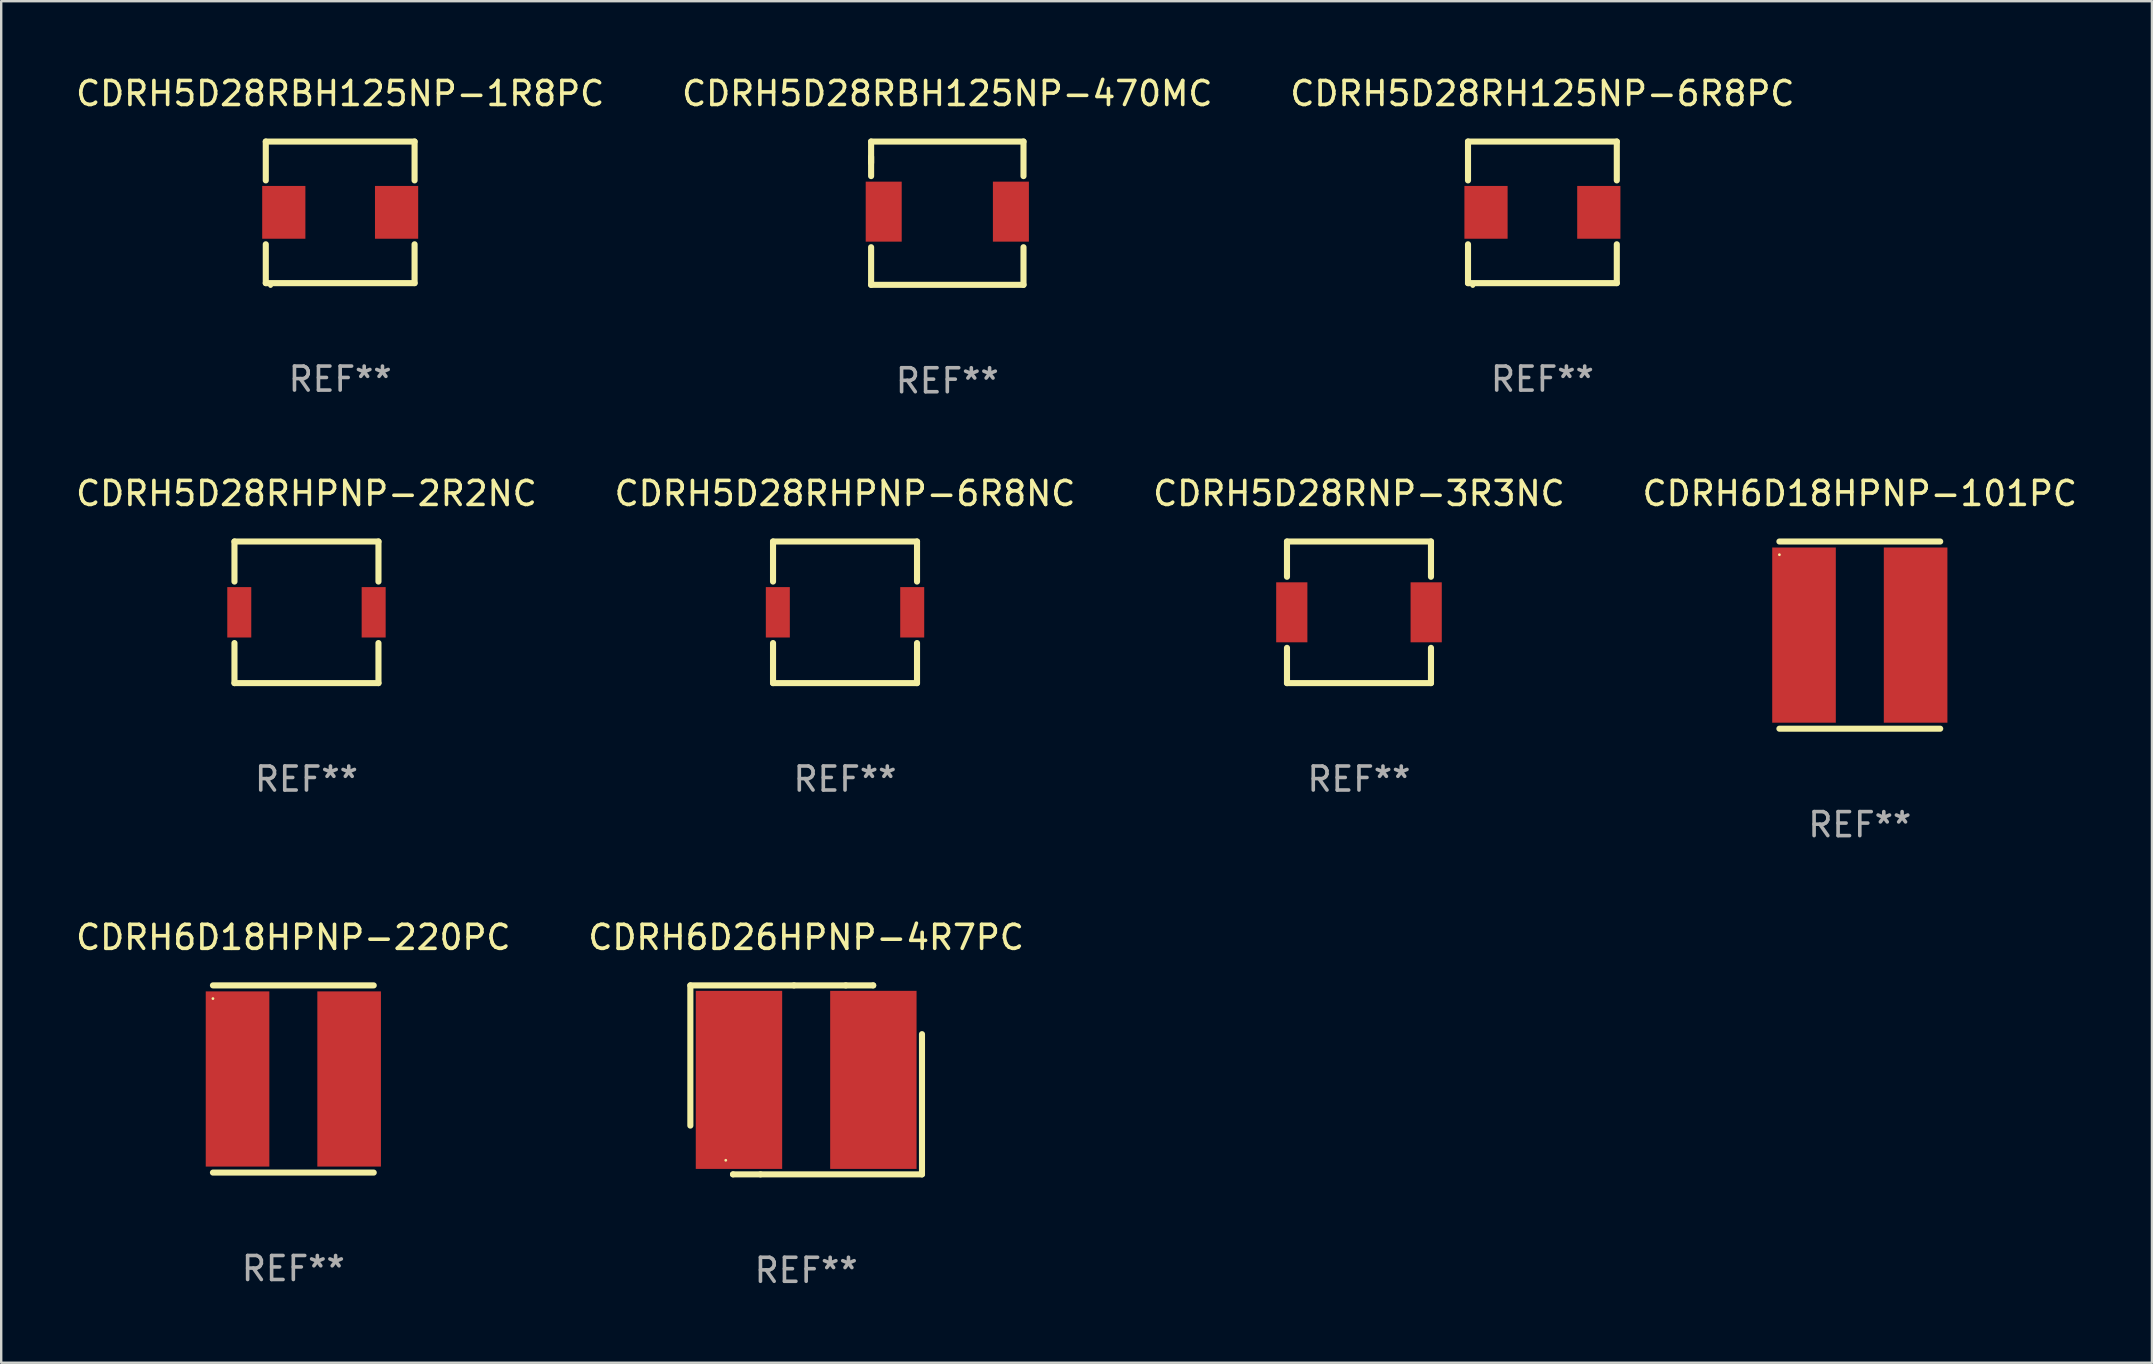
<source format=kicad_pcb>
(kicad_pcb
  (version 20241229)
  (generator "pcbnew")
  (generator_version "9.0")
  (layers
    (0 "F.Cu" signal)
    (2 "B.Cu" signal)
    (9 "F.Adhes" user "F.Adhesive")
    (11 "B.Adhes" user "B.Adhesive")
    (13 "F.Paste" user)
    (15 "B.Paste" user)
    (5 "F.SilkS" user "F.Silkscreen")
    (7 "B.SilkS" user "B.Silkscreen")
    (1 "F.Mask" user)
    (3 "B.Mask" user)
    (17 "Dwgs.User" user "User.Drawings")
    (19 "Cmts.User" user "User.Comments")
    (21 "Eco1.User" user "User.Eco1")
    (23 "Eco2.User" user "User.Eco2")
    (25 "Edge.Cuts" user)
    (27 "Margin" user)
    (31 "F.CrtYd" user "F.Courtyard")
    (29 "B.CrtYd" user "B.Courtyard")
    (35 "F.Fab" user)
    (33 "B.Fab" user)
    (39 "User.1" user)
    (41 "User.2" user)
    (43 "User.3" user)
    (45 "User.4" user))
  (footprint "CDRH5D28RHPNP-2R2NC"
    (layer "F.Cu")
    (at 9.72 22.464)
    (property "Reference" "CDRH5D28RHPNP-2R2NC" (at 0 -4.95 0) (layer "F.SilkS") (effects (font (size 1 1) (thickness 0.15))))
    (attr through_hole)
    (fp_line (start -3 -2.95) (end 3 -2.95) (stroke (width 0.254) (type solid)) (layer "F.SilkS"))
    (fp_line (start -3 -1.281) (end -3 -2.95) (stroke (width 0.254) (type solid)) (layer "F.SilkS"))
    (fp_line (start -3 2.95) (end -3 1.281) (stroke (width 0.254) (type solid)) (layer "F.SilkS"))
    (fp_line (start 3 -2.95) (end 3 -1.281) (stroke (width 0.254) (type solid)) (layer "F.SilkS"))
    (fp_line (start 3 1.281) (end 3 2.95) (stroke (width 0.254) (type solid)) (layer "F.SilkS"))
    (fp_line (start 3 2.95) (end -3 2.95) (stroke (width 0.254) (type solid)) (layer "F.SilkS"))
    (fp_circle (center -2.95 3) (end -2.92 3) (stroke (width 0.06) (type solid)) (fill no) (layer "F.SilkS"))
    (fp_text user "REF**" (at 0 6.95 0) (layer "F.Fab") (effects (font (size 1 1) (thickness 0.15))))
    (pad "1" smd rect (at -2.8 0.000013 180) (size 1 2.1) (layers "F.Cu" "F.Mask" "F.Paste"))
    (pad "2" smd rect (at 2.8 0.000013 180) (size 1 2.1) (layers "F.Cu" "F.Mask" "F.Paste")))
  (footprint "CDRH6D18HPNP-101PC"
    (layer "F.Cu")
    (at 74.446 23.414)
    (property "Reference" "CDRH6D18HPNP-101PC" (at 0 -5.9 0) (layer "F.SilkS") (effects (font (size 1 1) (thickness 0.15))))
    (attr through_hole)
    (fp_line (start -3.35 -3.9) (end 3.35 -3.9) (stroke (width 0.254) (type solid)) (layer "F.SilkS"))
    (fp_line (start -3.35 3.9) (end 3.35 3.9) (stroke (width 0.254) (type solid)) (layer "F.SilkS"))
    (fp_circle (center -3.35 -3.35) (end -3.32 -3.35) (stroke (width 0.06) (type solid)) (fill no) (layer "F.SilkS"))
    (fp_text user "REF**" (at 0 7.9 0) (layer "F.Fab") (effects (font (size 1 1) (thickness 0.15))))
    (pad "1" smd rect (at -2.325 0) (size 2.65 7.3) (layers "F.Cu" "F.Mask" "F.Paste"))
    (pad "2" smd rect (at 2.325 0) (size 2.65 7.3) (layers "F.Cu" "F.Mask" "F.Paste")))
  (footprint "CDRH5D28RHPNP-6R8NC"
    (layer "F.Cu")
    (at 32.161 22.464)
    (property "Reference" "CDRH5D28RHPNP-6R8NC" (at 0 -4.95 0) (layer "F.SilkS") (effects (font (size 1 1) (thickness 0.15))))
    (attr through_hole)
    (fp_line (start -3 -2.95) (end 3 -2.95) (stroke (width 0.254) (type solid)) (layer "F.SilkS"))
    (fp_line (start -3 -1.281) (end -3 -2.95) (stroke (width 0.254) (type solid)) (layer "F.SilkS"))
    (fp_line (start -3 2.95) (end -3 1.281) (stroke (width 0.254) (type solid)) (layer "F.SilkS"))
    (fp_line (start 3 -2.95) (end 3 -1.281) (stroke (width 0.254) (type solid)) (layer "F.SilkS"))
    (fp_line (start 3 1.281) (end 3 2.95) (stroke (width 0.254) (type solid)) (layer "F.SilkS"))
    (fp_line (start 3 2.95) (end -3 2.95) (stroke (width 0.254) (type solid)) (layer "F.SilkS"))
    (fp_circle (center -2.95 3) (end -2.92 3) (stroke (width 0.06) (type solid)) (fill no) (layer "F.SilkS"))
    (fp_text user "REF**" (at 0 6.95 0) (layer "F.Fab") (effects (font (size 1 1) (thickness 0.15))))
    (pad "1" smd rect (at -2.8 0.000013 180) (size 1 2.1) (layers "F.Cu" "F.Mask" "F.Paste"))
    (pad "2" smd rect (at 2.8 0.000013 180) (size 1 2.1) (layers "F.Cu" "F.Mask" "F.Paste")))
  (footprint "CDRH5D28RBH125NP-470MC"
    (layer "F.Cu")
    (at 36.423 5.833)
    (property "Reference" "CDRH5D28RBH125NP-470MC" (at 0 -4.985 0) (layer "F.SilkS") (effects (font (size 1 1) (thickness 0.15))))
    (attr through_hole)
    (fp_line (start -3.175 -2.985) (end 3.175 -2.985) (stroke (width 0.254) (type solid)) (layer "F.SilkS"))
    (fp_line (start -3.175 -2.096) (end -3.175 -2.985) (stroke (width 0.254) (type solid)) (layer "F.SilkS"))
    (fp_line (start -3.175 -1.545) (end -3.175 -2.35) (stroke (width 0.254) (type solid)) (layer "F.SilkS"))
    (fp_line (start -3.175 2.985) (end -3.175 1.418) (stroke (width 0.254) (type solid)) (layer "F.SilkS"))
    (fp_line (start 3.175 -2.985) (end 3.175 -1.545) (stroke (width 0.254) (type solid)) (layer "F.SilkS"))
    (fp_line (start 3.175 1.418) (end 3.175 2.985) (stroke (width 0.254) (type solid)) (layer "F.SilkS"))
    (fp_line (start 3.175 2.985) (end -3.175 2.985) (stroke (width 0.254) (type solid)) (layer "F.SilkS"))
    (fp_circle (center -3.1 2.886) (end -3.07 2.886) (stroke (width 0.06) (type solid)) (fill no) (layer "F.SilkS"))
    (fp_text user "REF**" (at 0 6.985 0) (layer "F.Fab") (effects (font (size 1 1) (thickness 0.15))))
    (pad "1" smd rect (at -2.65 -0.064) (size 1.5 2.5) (layers "F.Cu" "F.Mask" "F.Paste"))
    (pad "2" smd rect (at 2.65 -0.064) (size 1.5 2.5) (layers "F.Cu" "F.Mask" "F.Paste")))
  (footprint "CDRH5D28RH125NP-6R8PC"
    (layer "F.Cu")
    (at 61.22 5.798)
    (property "Reference" "CDRH5D28RH125NP-6R8PC" (at 0 -4.95 0) (layer "F.SilkS") (effects (font (size 1 1) (thickness 0.15))))
    (attr through_hole)
    (fp_line (start -3.1 -2.95) (end 3.1 -2.95) (stroke (width 0.254) (type solid)) (layer "F.SilkS"))
    (fp_line (start -3.1 -1.331) (end -3.1 -2.95) (stroke (width 0.254) (type solid)) (layer "F.SilkS"))
    (fp_line (start -3.1 2.95) (end -3.1 1.331) (stroke (width 0.254) (type solid)) (layer "F.SilkS"))
    (fp_line (start 3.1 -1.331) (end 3.1 -2.95) (stroke (width 0.254) (type solid)) (layer "F.SilkS"))
    (fp_line (start 3.1 2.95) (end -3.1 2.95) (stroke (width 0.254) (type solid)) (layer "F.SilkS"))
    (fp_line (start 3.1 2.95) (end 3.1 1.331) (stroke (width 0.254) (type solid)) (layer "F.SilkS"))
    (fp_circle (center -2.9 3.05) (end -2.85 3.05) (stroke (width 0.1) (type solid)) (fill no) (layer "F.SilkS"))
    (fp_text user "REF**" (at 0 6.95 0) (layer "F.Fab") (effects (font (size 1 1) (thickness 0.15))))
    (pad "1" smd rect (at -2.35 0.000013) (size 1.8 2.2) (layers "F.Cu" "F.Mask" "F.Paste"))
    (pad "2" smd rect (at 2.35 0.000013) (size 1.8 2.2) (layers "F.Cu" "F.Mask" "F.Paste")))
  (footprint "CDRH5D28RNP-3R3NC"
    (layer "F.Cu")
    (at 53.577 22.464)
    (property "Reference" "CDRH5D28RNP-3R3NC" (at 0 -4.95 0) (layer "F.SilkS") (effects (font (size 1 1) (thickness 0.15))))
    (attr through_hole)
    (fp_line (start -3 -2.95) (end -3 -1.481) (stroke (width 0.254) (type solid)) (layer "F.SilkS"))
    (fp_line (start -3 -2.95) (end 3 -2.95) (stroke (width 0.254) (type solid)) (layer "F.SilkS"))
    (fp_line (start -3 1.481) (end -3 2.95) (stroke (width 0.254) (type solid)) (layer "F.SilkS"))
    (fp_line (start 3 -2.95) (end 3 -1.481) (stroke (width 0.254) (type solid)) (layer "F.SilkS"))
    (fp_line (start 3 1.481) (end 3 2.95) (stroke (width 0.254) (type solid)) (layer "F.SilkS"))
    (fp_line (start 3 2.95) (end -3 2.95) (stroke (width 0.254) (type solid)) (layer "F.SilkS"))
    (fp_circle (center -2.95 3) (end -2.92 3) (stroke (width 0.06) (type solid)) (fill no) (layer "F.SilkS"))
    (fp_text user "REF**" (at 0 6.95 0) (layer "F.Fab") (effects (font (size 1 1) (thickness 0.15))))
    (pad "1" smd rect (at -2.8 -0.000038 180) (size 1.3 2.5) (layers "F.Cu" "F.Mask" "F.Paste"))
    (pad "2" smd rect (at 2.8 -0.000038 180) (size 1.3 2.5) (layers "F.Cu" "F.Mask" "F.Paste")))
  (footprint "CDRH6D26HPNP-4R7PC"
    (layer "F.Cu")
    (at 30.542 41.947)
    (property "Reference" "CDRH6D26HPNP-4R7PC" (at 0 -5.937 0) (layer "F.SilkS") (effects (font (size 1 1) (thickness 0.15))))
    (attr through_hole)
    (fp_line (start -4.826 -3.937) (end -0.508 -3.937) (stroke (width 0.254) (type solid)) (layer "F.SilkS"))
    (fp_line (start -4.826 1.905) (end -4.826 -3.937) (stroke (width 0.254) (type solid)) (layer "F.SilkS"))
    (fp_line (start -3.048 3.937) (end -3.048 3.937) (stroke (width 0.254) (type solid)) (layer "F.SilkS"))
    (fp_line (start -1.905 3.937) (end -3.048 3.937) (stroke (width 0.254) (type solid)) (layer "F.SilkS"))
    (fp_line (start -0.508 -3.937) (end 1.651 -3.937) (stroke (width 0.254) (type solid)) (layer "F.SilkS"))
    (fp_line (start 1.651 -3.937) (end 2.794 -3.937) (stroke (width 0.254) (type solid)) (layer "F.SilkS"))
    (fp_line (start 2.794 -3.937) (end 2.794 -3.937) (stroke (width 0.254) (type solid)) (layer "F.SilkS"))
    (fp_line (start 4.826 -1.905) (end 4.826 3.937) (stroke (width 0.254) (type solid)) (layer "F.SilkS"))
    (fp_line (start 4.826 3.937) (end -1.905 3.937) (stroke (width 0.254) (type solid)) (layer "F.SilkS"))
    (fp_circle (center -3.35 3.35) (end -3.32 3.35) (stroke (width 0.06) (type solid)) (fill no) (layer "F.SilkS"))
    (fp_text user "REF**" (at 0 7.937 0) (layer "F.Fab") (effects (font (size 1 1) (thickness 0.15))))
    (pad "1" smd rect (at -2.8 0) (size 3.6 7.42) (layers "F.Cu" "F.Mask" "F.Paste"))
    (pad "2" smd rect (at 2.8 0) (size 3.6 7.42) (layers "F.Cu" "F.Mask" "F.Paste")))
  (footprint "CDRH6D18HPNP-220PC"
    (layer "F.Cu")
    (at 9.173 41.91)
    (property "Reference" "CDRH6D18HPNP-220PC" (at 0 -5.9 0) (layer "F.SilkS") (effects (font (size 1 1) (thickness 0.15))))
    (attr through_hole)
    (fp_line (start -3.35 -3.9) (end 3.35 -3.9) (stroke (width 0.254) (type solid)) (layer "F.SilkS"))
    (fp_line (start -3.35 3.9) (end 3.35 3.9) (stroke (width 0.254) (type solid)) (layer "F.SilkS"))
    (fp_circle (center -3.35 -3.35) (end -3.32 -3.35) (stroke (width 0.06) (type solid)) (fill no) (layer "F.SilkS"))
    (fp_text user "REF**" (at 0 7.9 0) (layer "F.Fab") (effects (font (size 1 1) (thickness 0.15))))
    (pad "1" smd rect (at -2.325 0) (size 2.65 7.3) (layers "F.Cu" "F.Mask" "F.Paste"))
    (pad "2" smd rect (at 2.325 0) (size 2.65 7.3) (layers "F.Cu" "F.Mask" "F.Paste")))
  (footprint "CDRH5D28RBH125NP-1R8PC"
    (layer "F.Cu")
    (at 11.125 5.798)
    (property "Reference" "CDRH5D28RBH125NP-1R8PC" (at 0 -4.95 0) (layer "F.SilkS") (effects (font (size 1 1) (thickness 0.15))))
    (attr through_hole)
    (fp_line (start -3.1 -2.95) (end 3.1 -2.95) (stroke (width 0.254) (type solid)) (layer "F.SilkS"))
    (fp_line (start -3.1 -1.331) (end -3.1 -2.95) (stroke (width 0.254) (type solid)) (layer "F.SilkS"))
    (fp_line (start -3.1 2.95) (end -3.1 1.331) (stroke (width 0.254) (type solid)) (layer "F.SilkS"))
    (fp_line (start 3.1 -1.331) (end 3.1 -2.95) (stroke (width 0.254) (type solid)) (layer "F.SilkS"))
    (fp_line (start 3.1 2.95) (end -3.1 2.95) (stroke (width 0.254) (type solid)) (layer "F.SilkS"))
    (fp_line (start 3.1 2.95) (end 3.1 1.331) (stroke (width 0.254) (type solid)) (layer "F.SilkS"))
    (fp_circle (center -2.9 3.05) (end -2.85 3.05) (stroke (width 0.1) (type solid)) (fill no) (layer "F.SilkS"))
    (fp_text user "REF**" (at 0 6.95 0) (layer "F.Fab") (effects (font (size 1 1) (thickness 0.15))))
    (pad "1" smd rect (at -2.35 0.000013) (size 1.8 2.2) (layers "F.Cu" "F.Mask" "F.Paste"))
    (pad "2" smd rect (at 2.35 0.000013) (size 1.8 2.2) (layers "F.Cu" "F.Mask" "F.Paste")))
  (gr_rect
    (start -3 -3)
    (end 86.619 53.733)
    (stroke (width 0.1) (type default))
    (fill no)
    (layer "Edge.Cuts")))
</source>
